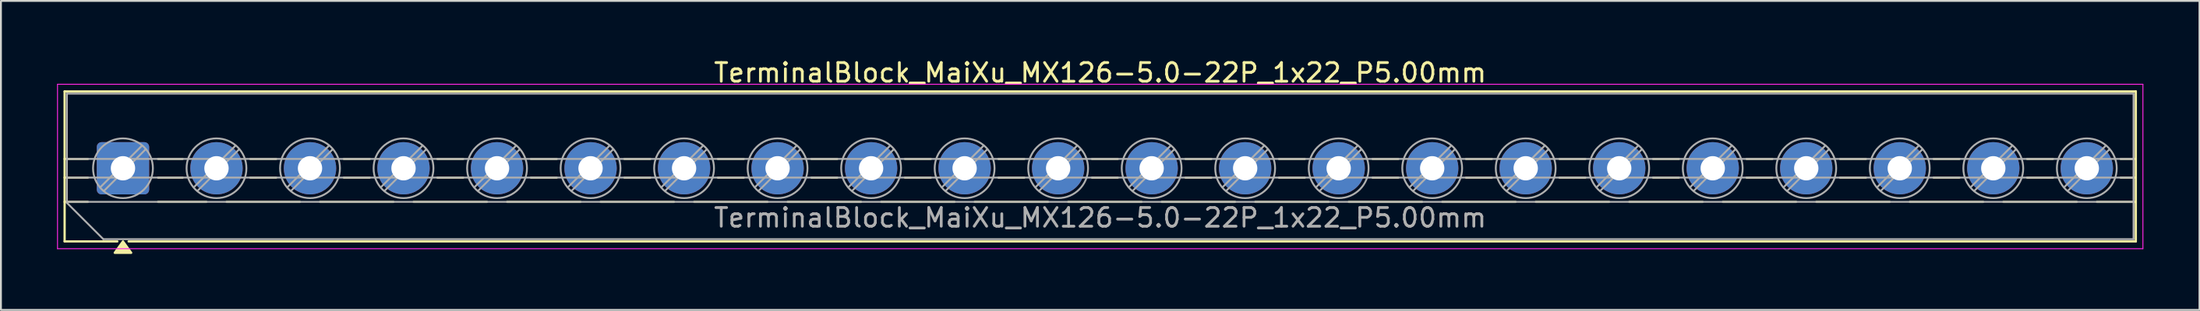
<source format=kicad_pcb>
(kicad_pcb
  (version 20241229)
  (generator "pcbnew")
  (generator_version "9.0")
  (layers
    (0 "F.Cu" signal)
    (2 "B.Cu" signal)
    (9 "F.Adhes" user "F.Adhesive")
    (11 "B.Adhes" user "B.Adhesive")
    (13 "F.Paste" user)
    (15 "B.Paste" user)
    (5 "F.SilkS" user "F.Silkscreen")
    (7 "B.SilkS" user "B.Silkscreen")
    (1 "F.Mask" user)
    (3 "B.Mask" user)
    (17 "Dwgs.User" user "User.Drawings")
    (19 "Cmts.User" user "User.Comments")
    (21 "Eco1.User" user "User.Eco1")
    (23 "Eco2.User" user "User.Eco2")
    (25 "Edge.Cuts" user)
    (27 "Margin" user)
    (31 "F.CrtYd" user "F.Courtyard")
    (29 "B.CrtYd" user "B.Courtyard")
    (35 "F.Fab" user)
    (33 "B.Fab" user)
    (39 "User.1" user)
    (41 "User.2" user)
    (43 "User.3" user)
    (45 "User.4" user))
  (footprint "TerminalBlock_MaiXu_MX126-5.0-22P_1x22_P5.00mm"
    (layer "F.Cu")
    (at 3.525 5.968)
    (property "Reference" "TerminalBlock_MaiXu_MX126-5.0-22P_1x22_P5.00mm" (at 52.25 -5.12 0) (layer "F.SilkS") (effects (font (size 1 1) (thickness 0.15))))
    (attr through_hole)
    (fp_line (start -3.12 -4.12) (end -3.12 3.92) (stroke (width 0.12) (type solid)) (layer "F.SilkS"))
    (fp_line (start -3.12 -4.12) (end 107.62 -4.12) (stroke (width 0.12) (type solid)) (layer "F.SilkS"))
    (fp_line (start -3.12 -0.5) (end -1.88 -0.5) (stroke (width 0.12) (type solid)) (layer "F.SilkS"))
    (fp_line (start -3.12 0.5) (end -1.88 0.5) (stroke (width 0.12) (type solid)) (layer "F.SilkS"))
    (fp_line (start -3.12 1.8) (end -1.88 1.8) (stroke (width 0.12) (type solid)) (layer "F.SilkS"))
    (fp_line (start -3.12 3.92) (end -0.3 3.92) (stroke (width 0.12) (type solid)) (layer "F.SilkS"))
    (fp_line (start 0.3 3.92) (end 107.62 3.92) (stroke (width 0.12) (type solid)) (layer "F.SilkS"))
    (fp_line (start 1.88 -0.5) (end 3.188 -0.5) (stroke (width 0.12) (type solid)) (layer "F.SilkS"))
    (fp_line (start 1.88 0.5) (end 3.188 0.5) (stroke (width 0.12) (type solid)) (layer "F.SilkS"))
    (fp_line (start 1.88 1.8) (end 4.457 1.8) (stroke (width 0.12) (type solid)) (layer "F.SilkS"))
    (fp_line (start 5.543 1.8) (end 9.457 1.8) (stroke (width 0.12) (type solid)) (layer "F.SilkS"))
    (fp_line (start 6.812 -0.5) (end 8.188 -0.5) (stroke (width 0.12) (type solid)) (layer "F.SilkS"))
    (fp_line (start 6.812 0.5) (end 8.188 0.5) (stroke (width 0.12) (type solid)) (layer "F.SilkS"))
    (fp_line (start 10.543 1.8) (end 14.457 1.8) (stroke (width 0.12) (type solid)) (layer "F.SilkS"))
    (fp_line (start 11.812 -0.5) (end 13.188 -0.5) (stroke (width 0.12) (type solid)) (layer "F.SilkS"))
    (fp_line (start 11.812 0.5) (end 13.188 0.5) (stroke (width 0.12) (type solid)) (layer "F.SilkS"))
    (fp_line (start 15.543 1.8) (end 19.457 1.8) (stroke (width 0.12) (type solid)) (layer "F.SilkS"))
    (fp_line (start 16.812 -0.5) (end 18.188 -0.5) (stroke (width 0.12) (type solid)) (layer "F.SilkS"))
    (fp_line (start 16.812 0.5) (end 18.188 0.5) (stroke (width 0.12) (type solid)) (layer "F.SilkS"))
    (fp_line (start 20.543 1.8) (end 24.457 1.8) (stroke (width 0.12) (type solid)) (layer "F.SilkS"))
    (fp_line (start 21.812 -0.5) (end 23.188 -0.5) (stroke (width 0.12) (type solid)) (layer "F.SilkS"))
    (fp_line (start 21.812 0.5) (end 23.188 0.5) (stroke (width 0.12) (type solid)) (layer "F.SilkS"))
    (fp_line (start 25.543 1.8) (end 29.457 1.8) (stroke (width 0.12) (type solid)) (layer "F.SilkS"))
    (fp_line (start 26.812 -0.5) (end 28.188 -0.5) (stroke (width 0.12) (type solid)) (layer "F.SilkS"))
    (fp_line (start 26.812 0.5) (end 28.188 0.5) (stroke (width 0.12) (type solid)) (layer "F.SilkS"))
    (fp_line (start 30.543 1.8) (end 34.457 1.8) (stroke (width 0.12) (type solid)) (layer "F.SilkS"))
    (fp_line (start 31.812 -0.5) (end 33.188 -0.5) (stroke (width 0.12) (type solid)) (layer "F.SilkS"))
    (fp_line (start 31.812 0.5) (end 33.188 0.5) (stroke (width 0.12) (type solid)) (layer "F.SilkS"))
    (fp_line (start 35.543 1.8) (end 39.457 1.8) (stroke (width 0.12) (type solid)) (layer "F.SilkS"))
    (fp_line (start 36.812 -0.5) (end 38.188 -0.5) (stroke (width 0.12) (type solid)) (layer "F.SilkS"))
    (fp_line (start 36.812 0.5) (end 38.188 0.5) (stroke (width 0.12) (type solid)) (layer "F.SilkS"))
    (fp_line (start 40.543 1.8) (end 44.457 1.8) (stroke (width 0.12) (type solid)) (layer "F.SilkS"))
    (fp_line (start 41.812 -0.5) (end 43.188 -0.5) (stroke (width 0.12) (type solid)) (layer "F.SilkS"))
    (fp_line (start 41.812 0.5) (end 43.188 0.5) (stroke (width 0.12) (type solid)) (layer "F.SilkS"))
    (fp_line (start 45.543 1.8) (end 49.457 1.8) (stroke (width 0.12) (type solid)) (layer "F.SilkS"))
    (fp_line (start 46.812 -0.5) (end 48.188 -0.5) (stroke (width 0.12) (type solid)) (layer "F.SilkS"))
    (fp_line (start 46.812 0.5) (end 48.188 0.5) (stroke (width 0.12) (type solid)) (layer "F.SilkS"))
    (fp_line (start 50.543 1.8) (end 54.457 1.8) (stroke (width 0.12) (type solid)) (layer "F.SilkS"))
    (fp_line (start 51.812 -0.5) (end 53.188 -0.5) (stroke (width 0.12) (type solid)) (layer "F.SilkS"))
    (fp_line (start 51.812 0.5) (end 53.188 0.5) (stroke (width 0.12) (type solid)) (layer "F.SilkS"))
    (fp_line (start 55.543 1.8) (end 59.457 1.8) (stroke (width 0.12) (type solid)) (layer "F.SilkS"))
    (fp_line (start 56.812 -0.5) (end 58.188 -0.5) (stroke (width 0.12) (type solid)) (layer "F.SilkS"))
    (fp_line (start 56.812 0.5) (end 58.188 0.5) (stroke (width 0.12) (type solid)) (layer "F.SilkS"))
    (fp_line (start 60.543 1.8) (end 64.457 1.8) (stroke (width 0.12) (type solid)) (layer "F.SilkS"))
    (fp_line (start 61.812 -0.5) (end 63.188 -0.5) (stroke (width 0.12) (type solid)) (layer "F.SilkS"))
    (fp_line (start 61.812 0.5) (end 63.188 0.5) (stroke (width 0.12) (type solid)) (layer "F.SilkS"))
    (fp_line (start 65.543 1.8) (end 69.457 1.8) (stroke (width 0.12) (type solid)) (layer "F.SilkS"))
    (fp_line (start 66.812 -0.5) (end 68.188 -0.5) (stroke (width 0.12) (type solid)) (layer "F.SilkS"))
    (fp_line (start 66.812 0.5) (end 68.188 0.5) (stroke (width 0.12) (type solid)) (layer "F.SilkS"))
    (fp_line (start 70.543 1.8) (end 74.457 1.8) (stroke (width 0.12) (type solid)) (layer "F.SilkS"))
    (fp_line (start 71.812 -0.5) (end 73.188 -0.5) (stroke (width 0.12) (type solid)) (layer "F.SilkS"))
    (fp_line (start 71.812 0.5) (end 73.188 0.5) (stroke (width 0.12) (type solid)) (layer "F.SilkS"))
    (fp_line (start 75.543 1.8) (end 79.457 1.8) (stroke (width 0.12) (type solid)) (layer "F.SilkS"))
    (fp_line (start 76.812 -0.5) (end 78.188 -0.5) (stroke (width 0.12) (type solid)) (layer "F.SilkS"))
    (fp_line (start 76.812 0.5) (end 78.188 0.5) (stroke (width 0.12) (type solid)) (layer "F.SilkS"))
    (fp_line (start 80.543 1.8) (end 84.457 1.8) (stroke (width 0.12) (type solid)) (layer "F.SilkS"))
    (fp_line (start 81.812 -0.5) (end 83.188 -0.5) (stroke (width 0.12) (type solid)) (layer "F.SilkS"))
    (fp_line (start 81.812 0.5) (end 83.188 0.5) (stroke (width 0.12) (type solid)) (layer "F.SilkS"))
    (fp_line (start 85.543 1.8) (end 89.457 1.8) (stroke (width 0.12) (type solid)) (layer "F.SilkS"))
    (fp_line (start 86.812 -0.5) (end 88.188 -0.5) (stroke (width 0.12) (type solid)) (layer "F.SilkS"))
    (fp_line (start 86.812 0.5) (end 88.188 0.5) (stroke (width 0.12) (type solid)) (layer "F.SilkS"))
    (fp_line (start 90.543 1.8) (end 94.457 1.8) (stroke (width 0.12) (type solid)) (layer "F.SilkS"))
    (fp_line (start 91.812 -0.5) (end 93.188 -0.5) (stroke (width 0.12) (type solid)) (layer "F.SilkS"))
    (fp_line (start 91.812 0.5) (end 93.188 0.5) (stroke (width 0.12) (type solid)) (layer "F.SilkS"))
    (fp_line (start 95.543 1.8) (end 99.457 1.8) (stroke (width 0.12) (type solid)) (layer "F.SilkS"))
    (fp_line (start 96.812 -0.5) (end 98.188 -0.5) (stroke (width 0.12) (type solid)) (layer "F.SilkS"))
    (fp_line (start 96.812 0.5) (end 98.188 0.5) (stroke (width 0.12) (type solid)) (layer "F.SilkS"))
    (fp_line (start 100.543 1.8) (end 104.457 1.8) (stroke (width 0.12) (type solid)) (layer "F.SilkS"))
    (fp_line (start 101.812 -0.5) (end 103.188 -0.5) (stroke (width 0.12) (type solid)) (layer "F.SilkS"))
    (fp_line (start 101.812 0.5) (end 103.188 0.5) (stroke (width 0.12) (type solid)) (layer "F.SilkS"))
    (fp_line (start 105.543 1.8) (end 107.62 1.8) (stroke (width 0.12) (type solid)) (layer "F.SilkS"))
    (fp_line (start 106.812 -0.5) (end 107.62 -0.5) (stroke (width 0.12) (type solid)) (layer "F.SilkS"))
    (fp_line (start 106.812 0.5) (end 107.62 0.5) (stroke (width 0.12) (type solid)) (layer "F.SilkS"))
    (fp_line (start 107.62 -4.12) (end 107.62 3.92) (stroke (width 0.12) (type solid)) (layer "F.SilkS"))
    (fp_poly (pts (xy 0 3.92) (xy 0.44 4.53) (xy -0.44 4.53)) (stroke (width 0.12) (type solid)) (fill yes) (layer "F.SilkS"))
    (fp_line (start -3.5 -4.5) (end -3.5 4.31) (stroke (width 0.05) (type solid)) (layer "F.CrtYd"))
    (fp_line (start -3.5 4.31) (end 108 4.31) (stroke (width 0.05) (type solid)) (layer "F.CrtYd"))
    (fp_line (start 108 -4.5) (end -3.5 -4.5) (stroke (width 0.05) (type solid)) (layer "F.CrtYd"))
    (fp_line (start 108 4.31) (end 108 -4.5) (stroke (width 0.05) (type solid)) (layer "F.CrtYd"))
    (fp_line (start -3 -4) (end 107.5 -4) (stroke (width 0.1) (type solid)) (layer "F.Fab"))
    (fp_line (start -3 -0.5) (end 107.5 -0.5) (stroke (width 0.1) (type solid)) (layer "F.Fab"))
    (fp_line (start -3 0.5) (end 107.5 0.5) (stroke (width 0.1) (type solid)) (layer "F.Fab"))
    (fp_line (start -3 1.8) (end 107.5 1.8) (stroke (width 0.1) (type solid)) (layer "F.Fab"))
    (fp_line (start -3 1.85) (end -3 -4) (stroke (width 0.1) (type solid)) (layer "F.Fab"))
    (fp_line (start -1.05 3.8) (end -3 1.85) (stroke (width 0.1) (type solid)) (layer "F.Fab"))
    (fp_line (start 1.018 -1.213) (end -1.213 1.018) (stroke (width 0.1) (type solid)) (layer "F.Fab"))
    (fp_line (start 1.213 -1.018) (end -1.018 1.213) (stroke (width 0.1) (type solid)) (layer "F.Fab"))
    (fp_line (start 6.018 -1.213) (end 3.787 1.018) (stroke (width 0.1) (type solid)) (layer "F.Fab"))
    (fp_line (start 6.213 -1.018) (end 3.982 1.213) (stroke (width 0.1) (type solid)) (layer "F.Fab"))
    (fp_line (start 11.018 -1.213) (end 8.787 1.018) (stroke (width 0.1) (type solid)) (layer "F.Fab"))
    (fp_line (start 11.213 -1.018) (end 8.982 1.213) (stroke (width 0.1) (type solid)) (layer "F.Fab"))
    (fp_line (start 16.018 -1.213) (end 13.787 1.018) (stroke (width 0.1) (type solid)) (layer "F.Fab"))
    (fp_line (start 16.213 -1.018) (end 13.982 1.213) (stroke (width 0.1) (type solid)) (layer "F.Fab"))
    (fp_line (start 21.018 -1.213) (end 18.787 1.018) (stroke (width 0.1) (type solid)) (layer "F.Fab"))
    (fp_line (start 21.213 -1.018) (end 18.982 1.213) (stroke (width 0.1) (type solid)) (layer "F.Fab"))
    (fp_line (start 26.018 -1.213) (end 23.787 1.018) (stroke (width 0.1) (type solid)) (layer "F.Fab"))
    (fp_line (start 26.213 -1.018) (end 23.982 1.213) (stroke (width 0.1) (type solid)) (layer "F.Fab"))
    (fp_line (start 31.018 -1.213) (end 28.787 1.018) (stroke (width 0.1) (type solid)) (layer "F.Fab"))
    (fp_line (start 31.213 -1.018) (end 28.982 1.213) (stroke (width 0.1) (type solid)) (layer "F.Fab"))
    (fp_line (start 36.018 -1.213) (end 33.787 1.018) (stroke (width 0.1) (type solid)) (layer "F.Fab"))
    (fp_line (start 36.213 -1.018) (end 33.982 1.213) (stroke (width 0.1) (type solid)) (layer "F.Fab"))
    (fp_line (start 41.018 -1.213) (end 38.787 1.018) (stroke (width 0.1) (type solid)) (layer "F.Fab"))
    (fp_line (start 41.213 -1.018) (end 38.982 1.213) (stroke (width 0.1) (type solid)) (layer "F.Fab"))
    (fp_line (start 46.018 -1.213) (end 43.787 1.018) (stroke (width 0.1) (type solid)) (layer "F.Fab"))
    (fp_line (start 46.213 -1.018) (end 43.982 1.213) (stroke (width 0.1) (type solid)) (layer "F.Fab"))
    (fp_line (start 51.018 -1.213) (end 48.787 1.018) (stroke (width 0.1) (type solid)) (layer "F.Fab"))
    (fp_line (start 51.213 -1.018) (end 48.982 1.213) (stroke (width 0.1) (type solid)) (layer "F.Fab"))
    (fp_line (start 56.018 -1.213) (end 53.787 1.018) (stroke (width 0.1) (type solid)) (layer "F.Fab"))
    (fp_line (start 56.213 -1.018) (end 53.982 1.213) (stroke (width 0.1) (type solid)) (layer "F.Fab"))
    (fp_line (start 61.018 -1.213) (end 58.787 1.018) (stroke (width 0.1) (type solid)) (layer "F.Fab"))
    (fp_line (start 61.213 -1.018) (end 58.982 1.213) (stroke (width 0.1) (type solid)) (layer "F.Fab"))
    (fp_line (start 66.018 -1.213) (end 63.787 1.018) (stroke (width 0.1) (type solid)) (layer "F.Fab"))
    (fp_line (start 66.213 -1.018) (end 63.982 1.213) (stroke (width 0.1) (type solid)) (layer "F.Fab"))
    (fp_line (start 71.018 -1.213) (end 68.787 1.018) (stroke (width 0.1) (type solid)) (layer "F.Fab"))
    (fp_line (start 71.213 -1.018) (end 68.982 1.213) (stroke (width 0.1) (type solid)) (layer "F.Fab"))
    (fp_line (start 76.018 -1.213) (end 73.787 1.018) (stroke (width 0.1) (type solid)) (layer "F.Fab"))
    (fp_line (start 76.213 -1.018) (end 73.982 1.213) (stroke (width 0.1) (type solid)) (layer "F.Fab"))
    (fp_line (start 81.018 -1.213) (end 78.787 1.018) (stroke (width 0.1) (type solid)) (layer "F.Fab"))
    (fp_line (start 81.213 -1.018) (end 78.982 1.213) (stroke (width 0.1) (type solid)) (layer "F.Fab"))
    (fp_line (start 86.018 -1.213) (end 83.787 1.018) (stroke (width 0.1) (type solid)) (layer "F.Fab"))
    (fp_line (start 86.213 -1.018) (end 83.982 1.213) (stroke (width 0.1) (type solid)) (layer "F.Fab"))
    (fp_line (start 91.018 -1.213) (end 88.787 1.018) (stroke (width 0.1) (type solid)) (layer "F.Fab"))
    (fp_line (start 91.213 -1.018) (end 88.982 1.213) (stroke (width 0.1) (type solid)) (layer "F.Fab"))
    (fp_line (start 96.018 -1.213) (end 93.787 1.018) (stroke (width 0.1) (type solid)) (layer "F.Fab"))
    (fp_line (start 96.213 -1.018) (end 93.982 1.213) (stroke (width 0.1) (type solid)) (layer "F.Fab"))
    (fp_line (start 101.018 -1.213) (end 98.787 1.018) (stroke (width 0.1) (type solid)) (layer "F.Fab"))
    (fp_line (start 101.213 -1.018) (end 98.982 1.213) (stroke (width 0.1) (type solid)) (layer "F.Fab"))
    (fp_line (start 106.018 -1.213) (end 103.787 1.018) (stroke (width 0.1) (type solid)) (layer "F.Fab"))
    (fp_line (start 106.213 -1.018) (end 103.982 1.213) (stroke (width 0.1) (type solid)) (layer "F.Fab"))
    (fp_line (start 107.5 -4) (end 107.5 3.8) (stroke (width 0.1) (type solid)) (layer "F.Fab"))
    (fp_line (start 107.5 3.8) (end -1.05 3.8) (stroke (width 0.1) (type solid)) (layer "F.Fab"))
    (fp_circle (center 0 0) (end 1.6 0) (stroke (width 0.1) (type solid)) (fill no) (layer "F.Fab"))
    (fp_circle (center 5 0) (end 6.6 0) (stroke (width 0.1) (type solid)) (fill no) (layer "F.Fab"))
    (fp_circle (center 10 0) (end 11.6 0) (stroke (width 0.1) (type solid)) (fill no) (layer "F.Fab"))
    (fp_circle (center 15 0) (end 16.6 0) (stroke (width 0.1) (type solid)) (fill no) (layer "F.Fab"))
    (fp_circle (center 20 0) (end 21.6 0) (stroke (width 0.1) (type solid)) (fill no) (layer "F.Fab"))
    (fp_circle (center 25 0) (end 26.6 0) (stroke (width 0.1) (type solid)) (fill no) (layer "F.Fab"))
    (fp_circle (center 30 0) (end 31.6 0) (stroke (width 0.1) (type solid)) (fill no) (layer "F.Fab"))
    (fp_circle (center 35 0) (end 36.6 0) (stroke (width 0.1) (type solid)) (fill no) (layer "F.Fab"))
    (fp_circle (center 40 0) (end 41.6 0) (stroke (width 0.1) (type solid)) (fill no) (layer "F.Fab"))
    (fp_circle (center 45 0) (end 46.6 0) (stroke (width 0.1) (type solid)) (fill no) (layer "F.Fab"))
    (fp_circle (center 50 0) (end 51.6 0) (stroke (width 0.1) (type solid)) (fill no) (layer "F.Fab"))
    (fp_circle (center 55 0) (end 56.6 0) (stroke (width 0.1) (type solid)) (fill no) (layer "F.Fab"))
    (fp_circle (center 60 0) (end 61.6 0) (stroke (width 0.1) (type solid)) (fill no) (layer "F.Fab"))
    (fp_circle (center 65 0) (end 66.6 0) (stroke (width 0.1) (type solid)) (fill no) (layer "F.Fab"))
    (fp_circle (center 70 0) (end 71.6 0) (stroke (width 0.1) (type solid)) (fill no) (layer "F.Fab"))
    (fp_circle (center 75 0) (end 76.6 0) (stroke (width 0.1) (type solid)) (fill no) (layer "F.Fab"))
    (fp_circle (center 80 0) (end 81.6 0) (stroke (width 0.1) (type solid)) (fill no) (layer "F.Fab"))
    (fp_circle (center 85 0) (end 86.6 0) (stroke (width 0.1) (type solid)) (fill no) (layer "F.Fab"))
    (fp_circle (center 90 0) (end 91.6 0) (stroke (width 0.1) (type solid)) (fill no) (layer "F.Fab"))
    (fp_circle (center 95 0) (end 96.6 0) (stroke (width 0.1) (type solid)) (fill no) (layer "F.Fab"))
    (fp_circle (center 100 0) (end 101.6 0) (stroke (width 0.1) (type solid)) (fill no) (layer "F.Fab"))
    (fp_circle (center 105 0) (end 106.6 0) (stroke (width 0.1) (type solid)) (fill no) (layer "F.Fab"))
    (fp_text user "${REFERENCE}" (at 52.25 2.65 0) (layer "F.Fab") (effects (font (size 1 1) (thickness 0.15))))
    (pad "1" thru_hole roundrect (at 0 0) (size 2.8 2.8) (drill 1.3) (layers "*.Cu" "*.Mask") (roundrect_rratio 0.089))
    (pad "2" thru_hole circle (at 5 0) (size 2.8 2.8) (drill 1.3) (layers "*.Cu" "*.Mask"))
    (pad "3" thru_hole circle (at 10 0) (size 2.8 2.8) (drill 1.3) (layers "*.Cu" "*.Mask"))
    (pad "4" thru_hole circle (at 15 0) (size 2.8 2.8) (drill 1.3) (layers "*.Cu" "*.Mask"))
    (pad "5" thru_hole circle (at 20 0) (size 2.8 2.8) (drill 1.3) (layers "*.Cu" "*.Mask"))
    (pad "6" thru_hole circle (at 25 0) (size 2.8 2.8) (drill 1.3) (layers "*.Cu" "*.Mask"))
    (pad "7" thru_hole circle (at 30 0) (size 2.8 2.8) (drill 1.3) (layers "*.Cu" "*.Mask"))
    (pad "8" thru_hole circle (at 35 0) (size 2.8 2.8) (drill 1.3) (layers "*.Cu" "*.Mask"))
    (pad "9" thru_hole circle (at 40 0) (size 2.8 2.8) (drill 1.3) (layers "*.Cu" "*.Mask"))
    (pad "10" thru_hole circle (at 45 0) (size 2.8 2.8) (drill 1.3) (layers "*.Cu" "*.Mask"))
    (pad "11" thru_hole circle (at 50 0) (size 2.8 2.8) (drill 1.3) (layers "*.Cu" "*.Mask"))
    (pad "12" thru_hole circle (at 55 0) (size 2.8 2.8) (drill 1.3) (layers "*.Cu" "*.Mask"))
    (pad "13" thru_hole circle (at 60 0) (size 2.8 2.8) (drill 1.3) (layers "*.Cu" "*.Mask"))
    (pad "14" thru_hole circle (at 65 0) (size 2.8 2.8) (drill 1.3) (layers "*.Cu" "*.Mask"))
    (pad "15" thru_hole circle (at 70 0) (size 2.8 2.8) (drill 1.3) (layers "*.Cu" "*.Mask"))
    (pad "16" thru_hole circle (at 75 0) (size 2.8 2.8) (drill 1.3) (layers "*.Cu" "*.Mask"))
    (pad "17" thru_hole circle (at 80 0) (size 2.8 2.8) (drill 1.3) (layers "*.Cu" "*.Mask"))
    (pad "18" thru_hole circle (at 85 0) (size 2.8 2.8) (drill 1.3) (layers "*.Cu" "*.Mask"))
    (pad "19" thru_hole circle (at 90 0) (size 2.8 2.8) (drill 1.3) (layers "*.Cu" "*.Mask"))
    (pad "20" thru_hole circle (at 95 0) (size 2.8 2.8) (drill 1.3) (layers "*.Cu" "*.Mask"))
    (pad "21" thru_hole circle (at 100 0) (size 2.8 2.8) (drill 1.3) (layers "*.Cu" "*.Mask"))
    (pad "22" thru_hole circle (at 105 0) (size 2.8 2.8) (drill 1.3) (layers "*.Cu" "*.Mask")))
  (gr_rect
    (start -3 -3)
    (end 114.55 13.558)
    (stroke (width 0.1) (type default))
    (fill no)
    (layer "Edge.Cuts")))
</source>
